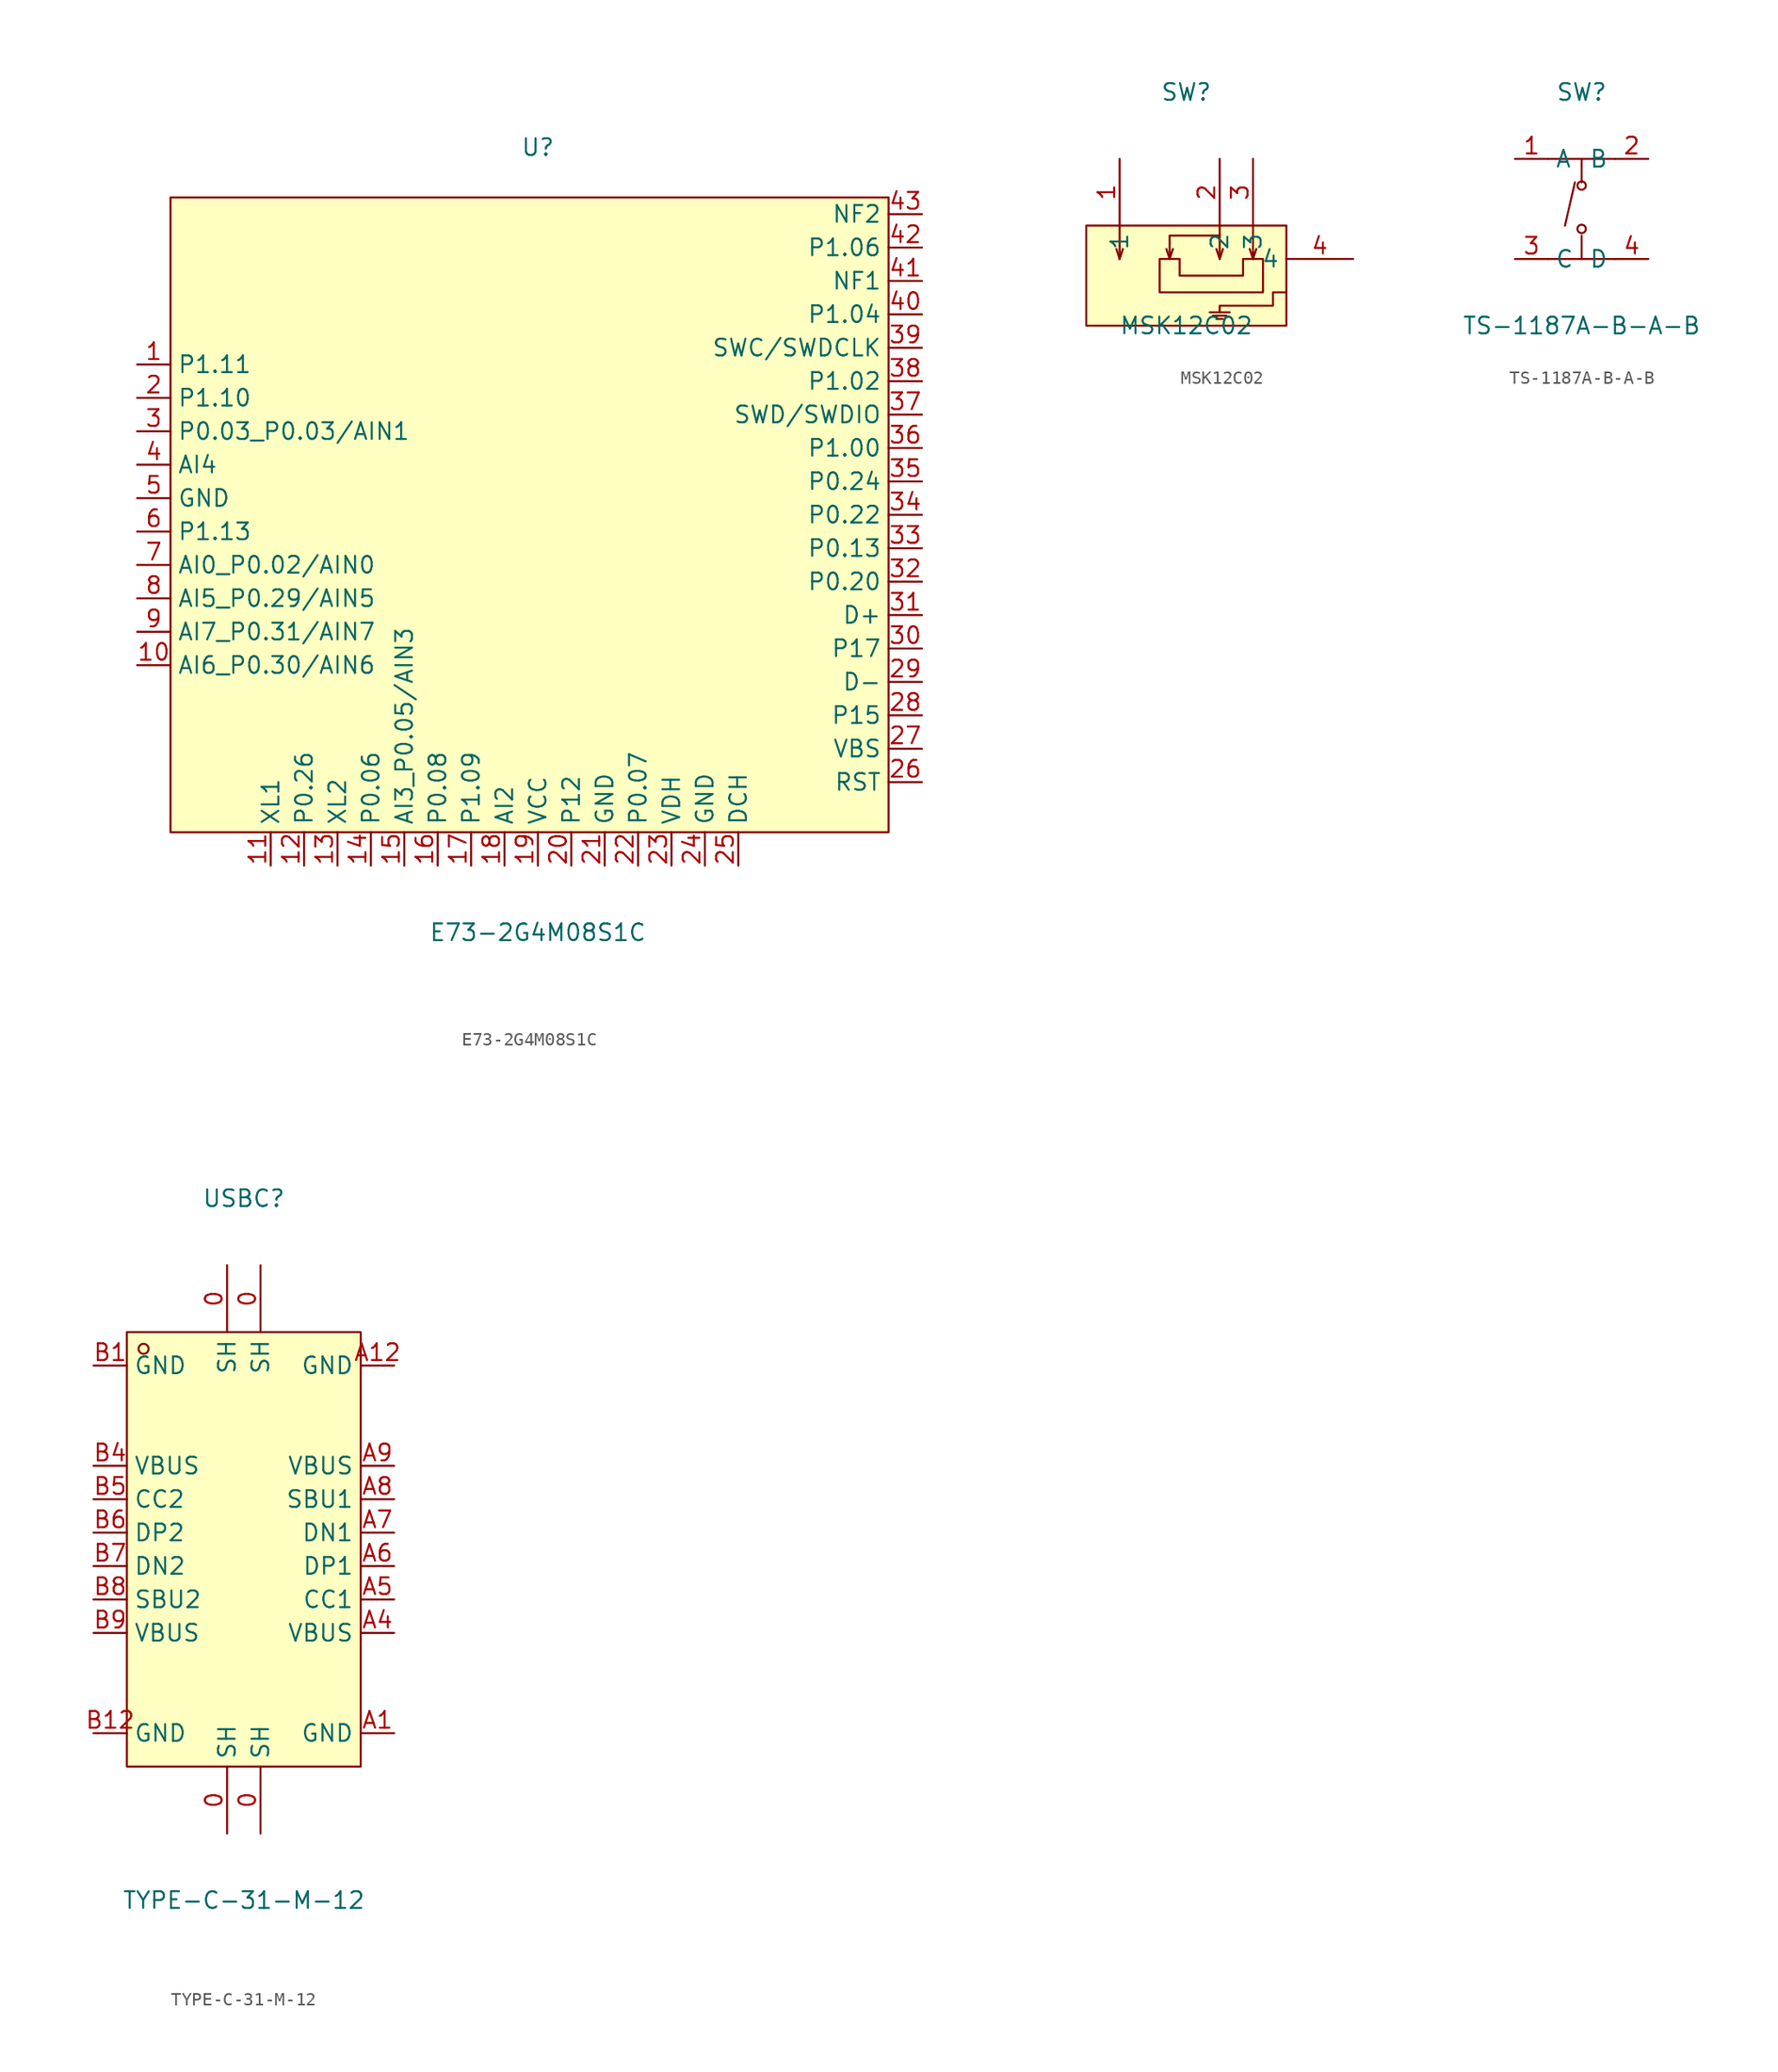
<source format=kicad_sym>
(kicad_symbol_lib
  (version 20211014)
  (generator kicad_symbol_editor)
  (symbol "E73-2G4M08S1C"
    (property "Reference" "U"
      (at 0 29.21 0)
      (effects (font (size 1.27 1.27))))
    (property "Value" "E73-2G4M08S1C"
      (at 0 -30.48 0)
      (effects (font (size 1.27 1.27))))
    (symbol "E73-2G4M08S1C_0_1"
      (rectangle (start -27.94 25.4) (end 26.67 -22.86) (stroke (width 0) (type default) (color 0 0 0 0)) (fill (type background)))
      (pin bidirectional line (at -30.48 12.7 0) (length 2.54) (name "P1.11" (effects (font (size 1.27 1.27)))) (number "1" (effects (font (size 1.27 1.27)))))
      (pin bidirectional line (at -30.48 -10.16 0) (length 2.54) (name "AI6_P0.30/AIN6" (effects (font (size 1.27 1.27)))) (number "10" (effects (font (size 1.27 1.27)))))
      (pin bidirectional line (at -20.32 -25.4 90) (length 2.54) (name "XL1" (effects (font (size 1.27 1.27)))) (number "11" (effects (font (size 1.27 1.27)))))
      (pin bidirectional line (at -17.78 -25.4 90) (length 2.54) (name "P0.26" (effects (font (size 1.27 1.27)))) (number "12" (effects (font (size 1.27 1.27)))))
      (pin bidirectional line (at -15.24 -25.4 90) (length 2.54) (name "XL2" (effects (font (size 1.27 1.27)))) (number "13" (effects (font (size 1.27 1.27)))))
      (pin bidirectional line (at -12.7 -25.4 90) (length 2.54) (name "P0.06" (effects (font (size 1.27 1.27)))) (number "14" (effects (font (size 1.27 1.27)))))
      (pin bidirectional line (at -10.16 -25.4 90) (length 2.54) (name "AI3_P0.05/AIN3" (effects (font (size 1.27 1.27)))) (number "15" (effects (font (size 1.27 1.27)))))
      (pin bidirectional line (at -7.62 -25.4 90) (length 2.54) (name "P0.08" (effects (font (size 1.27 1.27)))) (number "16" (effects (font (size 1.27 1.27)))))
      (pin bidirectional line (at -5.08 -25.4 90) (length 2.54) (name "P1.09" (effects (font (size 1.27 1.27)))) (number "17" (effects (font (size 1.27 1.27)))))
      (pin bidirectional line (at -2.54 -25.4 90) (length 2.54) (name "AI2" (effects (font (size 1.27 1.27)))) (number "18" (effects (font (size 1.27 1.27)))))
      (pin power_in line (at 0 -25.4 90) (length 2.54) (name "VCC" (effects (font (size 1.27 1.27)))) (number "19" (effects (font (size 1.27 1.27)))))
      (pin bidirectional line (at -30.48 10.16 0) (length 2.54) (name "P1.10" (effects (font (size 1.27 1.27)))) (number "2" (effects (font (size 1.27 1.27)))))
      (pin bidirectional line (at 2.54 -25.4 90) (length 2.54) (name "P12" (effects (font (size 1.27 1.27)))) (number "20" (effects (font (size 1.27 1.27)))))
      (pin power_in line (at 5.08 -25.4 90) (length 2.54) (name "GND" (effects (font (size 1.27 1.27)))) (number "21" (effects (font (size 1.27 1.27)))))
      (pin bidirectional line (at 7.62 -25.4 90) (length 2.54) (name "P0.07" (effects (font (size 1.27 1.27)))) (number "22" (effects (font (size 1.27 1.27)))))
      (pin power_in line (at 10.16 -25.4 90) (length 2.54) (name "VDH" (effects (font (size 1.27 1.27)))) (number "23" (effects (font (size 1.27 1.27)))))
      (pin power_in line (at 12.7 -25.4 90) (length 2.54) (name "GND" (effects (font (size 1.27 1.27)))) (number "24" (effects (font (size 1.27 1.27)))))
      (pin power_out line (at 15.24 -25.4 90) (length 2.54) (name "DCH" (effects (font (size 1.27 1.27)))) (number "25" (effects (font (size 1.27 1.27)))))
      (pin bidirectional line (at 29.21 -19.05 180) (length 2.54) (name "RST" (effects (font (size 1.27 1.27)))) (number "26" (effects (font (size 1.27 1.27)))))
      (pin power_in line (at 29.21 -16.51 180) (length 2.54) (name "VBS" (effects (font (size 1.27 1.27)))) (number "27" (effects (font (size 1.27 1.27)))))
      (pin bidirectional line (at 29.21 -13.97 180) (length 2.54) (name "P15" (effects (font (size 1.27 1.27)))) (number "28" (effects (font (size 1.27 1.27)))))
      (pin bidirectional line (at 29.21 -11.43 180) (length 2.54) (name "D-" (effects (font (size 1.27 1.27)))) (number "29" (effects (font (size 1.27 1.27)))))
      (pin bidirectional line (at -30.48 7.62 0) (length 2.54) (name "P0.03_P0.03/AIN1" (effects (font (size 1.27 1.27)))) (number "3" (effects (font (size 1.27 1.27)))))
      (pin bidirectional line (at 29.21 -8.89 180) (length 2.54) (name "P17" (effects (font (size 1.27 1.27)))) (number "30" (effects (font (size 1.27 1.27)))))
      (pin bidirectional line (at 29.21 -6.35 180) (length 2.54) (name "D+" (effects (font (size 1.27 1.27)))) (number "31" (effects (font (size 1.27 1.27)))))
      (pin bidirectional line (at 29.21 -3.81 180) (length 2.54) (name "P0.20" (effects (font (size 1.27 1.27)))) (number "32" (effects (font (size 1.27 1.27)))))
      (pin bidirectional line (at 29.21 -1.27 180) (length 2.54) (name "P0.13" (effects (font (size 1.27 1.27)))) (number "33" (effects (font (size 1.27 1.27)))))
      (pin bidirectional line (at 29.21 1.27 180) (length 2.54) (name "P0.22" (effects (font (size 1.27 1.27)))) (number "34" (effects (font (size 1.27 1.27)))))
      (pin bidirectional line (at 29.21 3.81 180) (length 2.54) (name "P0.24" (effects (font (size 1.27 1.27)))) (number "35" (effects (font (size 1.27 1.27)))))
      (pin bidirectional line (at 29.21 6.35 180) (length 2.54) (name "P1.00" (effects (font (size 1.27 1.27)))) (number "36" (effects (font (size 1.27 1.27)))))
      (pin bidirectional line (at 29.21 8.89 180) (length 2.54) (name "SWD/SWDIO" (effects (font (size 1.27 1.27)))) (number "37" (effects (font (size 1.27 1.27)))))
      (pin bidirectional line (at 29.21 11.43 180) (length 2.54) (name "P1.02" (effects (font (size 1.27 1.27)))) (number "38" (effects (font (size 1.27 1.27)))))
      (pin input line (at 29.21 13.97 180) (length 2.54) (name "SWC/SWDCLK" (effects (font (size 1.27 1.27)))) (number "39" (effects (font (size 1.27 1.27)))))
      (pin bidirectional line (at -30.48 5.08 0) (length 2.54) (name "AI4" (effects (font (size 1.27 1.27)))) (number "4" (effects (font (size 1.27 1.27)))))
      (pin bidirectional line (at 29.21 16.51 180) (length 2.54) (name "P1.04" (effects (font (size 1.27 1.27)))) (number "40" (effects (font (size 1.27 1.27)))))
      (pin bidirectional line (at 29.21 19.05 180) (length 2.54) (name "NF1" (effects (font (size 1.27 1.27)))) (number "41" (effects (font (size 1.27 1.27)))))
      (pin bidirectional line (at 29.21 21.59 180) (length 2.54) (name "P1.06" (effects (font (size 1.27 1.27)))) (number "42" (effects (font (size 1.27 1.27)))))
      (pin bidirectional line (at 29.21 24.13 180) (length 2.54) (name "NF2" (effects (font (size 1.27 1.27)))) (number "43" (effects (font (size 1.27 1.27)))))
      (pin power_in line (at -30.48 2.54 0) (length 2.54) (name "GND" (effects (font (size 1.27 1.27)))) (number "5" (effects (font (size 1.27 1.27)))))
      (pin bidirectional line (at -30.48 0 0) (length 2.54) (name "P1.13" (effects (font (size 1.27 1.27)))) (number "6" (effects (font (size 1.27 1.27)))))
      (pin bidirectional line (at -30.48 -2.54 0) (length 2.54) (name "AI0_P0.02/AIN0" (effects (font (size 1.27 1.27)))) (number "7" (effects (font (size 1.27 1.27)))))
      (pin bidirectional line (at -30.48 -5.08 0) (length 2.54) (name "AI5_P0.29/AIN5" (effects (font (size 1.27 1.27)))) (number "8" (effects (font (size 1.27 1.27)))))
      (pin bidirectional line (at -30.48 -7.62 0) (length 2.54) (name "AI7_P0.31/AIN7" (effects (font (size 1.27 1.27)))) (number "9" (effects (font (size 1.27 1.27)))))))
  (symbol "MSK12C02"
    (property "Reference" "SW"
      (at 0 12.7 0)
      (effects (font (size 1.27 1.27))))
    (property "Value" "MSK12C02"
      (at 0 -5.08 0)
      (effects (font (size 1.27 1.27))))
    (symbol "MSK12C02_0_1"
      (rectangle (start -7.62 2.54) (end 7.62 -5.08) (stroke (width 0) (type default) (color 0 0 0 0)) (fill (type background)))
      (polyline (pts (xy -5.08 0) (xy -5.33 0.76)) (stroke (width 0) (type default) (color 0 0 0 0)) (fill (type none)))
      (polyline (pts (xy -5.08 0) (xy -4.83 0.76)) (stroke (width 0) (type default) (color 0 0 0 0)) (fill (type none)))
      (polyline (pts (xy -5.08 0.76) (xy -5.08 0)) (stroke (width 0) (type default) (color 0 0 0 0)) (fill (type none)))
      (polyline (pts (xy -5.08 2.54) (xy -5.08 0.76)) (stroke (width 0) (type default) (color 0 0 0 0)) (fill (type none)))
      (polyline (pts (xy -1.27 0) (xy -1.52 0.76)) (stroke (width 0) (type default) (color 0 0 0 0)) (fill (type none)))
      (polyline (pts (xy 1.78 -4.06) (xy 3.3 -4.06)) (stroke (width 0) (type default) (color 0 0 0 0)) (fill (type none)))
      (polyline (pts (xy 2.03 -4.32) (xy 3.05 -4.32)) (stroke (width 0) (type default) (color 0 0 0 0)) (fill (type none)))
      (polyline (pts (xy 2.29 -4.57) (xy 2.79 -4.57)) (stroke (width 0) (type default) (color 0 0 0 0)) (fill (type none)))
      (polyline (pts (xy 2.54 0) (xy 2.29 0.76)) (stroke (width 0) (type default) (color 0 0 0 0)) (fill (type none)))
      (polyline (pts (xy 2.54 0) (xy 2.79 0.76)) (stroke (width 0) (type default) (color 0 0 0 0)) (fill (type none)))
      (polyline (pts (xy 2.54 0.76) (xy 2.54 0)) (stroke (width 0) (type default) (color 0 0 0 0)) (fill (type none)))
      (polyline (pts (xy 2.54 2.54) (xy 2.54 0.76)) (stroke (width 0) (type default) (color 0 0 0 0)) (fill (type none)))
      (polyline (pts (xy 5.08 0) (xy 4.83 0.76)) (stroke (width 0) (type default) (color 0 0 0 0)) (fill (type none)))
      (polyline (pts (xy 5.08 2.54) (xy 5.08 0) (xy 5.33 0.76)) (stroke (width 0) (type default) (color 0 0 0 0)) (fill (type none)))
      (polyline (pts (xy 2.54 1.78) (xy -1.27 1.78) (xy -1.27 0) (xy -1.02 0.76)) (stroke (width 0) (type default) (color 0 0 0 0)) (fill (type none)))
      (polyline (pts (xy 7.62 -2.54) (xy 6.6 -2.54) (xy 6.6 -3.56) (xy 2.54 -3.56) (xy 2.54 -4.06)) (stroke (width 0) (type default) (color 0 0 0 0)) (fill (type none)))
      (polyline (pts (xy -1.78 0) (xy -0.51 0) (xy -0.51 -1.27) (xy 4.32 -1.27) (xy 4.32 0) (xy 5.84 0) (xy 5.84 -2.54) (xy -2.03 -2.54) (xy -2.03 0) (xy -1.78 0)) (stroke (width 0) (type default) (color 0 0 0 0)) (fill (type background)))
      (pin passive line (at -5.08 7.62 270) (length 5.08) (name "1" (effects (font (size 1.27 1.27)))) (number "1" (effects (font (size 1.27 1.27)))))
      (pin passive line (at 2.54 7.62 270) (length 5.08) (name "2" (effects (font (size 1.27 1.27)))) (number "2" (effects (font (size 1.27 1.27)))))
      (pin passive line (at 5.08 7.62 270) (length 5.08) (name "3" (effects (font (size 1.27 1.27)))) (number "3" (effects (font (size 1.27 1.27)))))
      (pin passive line (at 12.7 0 180) (length 5.08) (name "4" (effects (font (size 1.27 1.27)))) (number "4" (effects (font (size 1.27 1.27)))))))
  (symbol "TS-1187A-B-A-B"
    (property "Reference" "SW"
      (at 0 7.62 0)
      (effects (font (size 1.27 1.27))))
    (property "Value" "TS-1187A-B-A-B"
      (at 0 -10.16 0)
      (effects (font (size 1.27 1.27))))
    (symbol "TS-1187A-B-A-B_0_1"
      (circle (center 0 -2.79) (radius 0.32) (stroke (width 0) (type default) (color 0 0 0 0)) (fill (type none)))
      (polyline (pts (xy -2.54 -5.08) (xy 2.54 -5.08)) (stroke (width 0) (type default) (color 0 0 0 0)) (fill (type none)))
      (polyline (pts (xy -2.54 2.54) (xy 2.54 2.54)) (stroke (width 0) (type default) (color 0 0 0 0)) (fill (type none)))
      (polyline (pts (xy -0.51 0.76) (xy -1.27 -2.54)) (stroke (width 0) (type default) (color 0 0 0 0)) (fill (type none)))
      (polyline (pts (xy 0 -3.3) (xy 0 -5.08)) (stroke (width 0) (type default) (color 0 0 0 0)) (fill (type none)))
      (polyline (pts (xy 0 0.76) (xy 0 2.54)) (stroke (width 0) (type default) (color 0 0 0 0)) (fill (type none)))
      (circle (center 0 0.51) (radius 0.32) (stroke (width 0) (type default) (color 0 0 0 0)) (fill (type none)))
      (pin passive line (at -5.08 2.54 0) (length 2.54) (name "A" (effects (font (size 1.27 1.27)))) (number "1" (effects (font (size 1.27 1.27)))))
      (pin passive line (at 5.08 2.54 180) (length 2.54) (name "B" (effects (font (size 1.27 1.27)))) (number "2" (effects (font (size 1.27 1.27)))))
      (pin passive line (at -5.08 -5.08 0) (length 2.54) (name "C" (effects (font (size 1.27 1.27)))) (number "3" (effects (font (size 1.27 1.27)))))
      (pin passive line (at 5.08 -5.08 180) (length 2.54) (name "D" (effects (font (size 1.27 1.27)))) (number "4" (effects (font (size 1.27 1.27)))))))
  (symbol "TYPE-C-31-M-12"
    (property "Reference" "USBC"
      (at 0 26.67 0)
      (effects (font (size 1.27 1.27))))
    (property "Value" "TYPE-C-31-M-12"
      (at 0 -26.67 0)
      (effects (font (size 1.27 1.27))))
    (symbol "TYPE-C-31-M-12_0_1"
      (rectangle (start -8.89 16.51) (end 8.89 -16.51) (stroke (width 0) (type default) (color 0 0 0 0)) (fill (type background)))
      (circle (center -7.62 15.24) (radius 0.38) (stroke (width 0) (type default) (color 0 0 0 0)) (fill (type none)))
      (pin passive line (at -1.27 -21.59 90) (length 5.08) (name "SH" (effects (font (size 1.27 1.27)))) (number "0" (effects (font (size 1.27 1.27)))))
      (pin passive line (at -1.27 21.59 270) (length 5.08) (name "SH" (effects (font (size 1.27 1.27)))) (number "0" (effects (font (size 1.27 1.27)))))
      (pin passive line (at 1.27 -21.59 90) (length 5.08) (name "SH" (effects (font (size 1.27 1.27)))) (number "0" (effects (font (size 1.27 1.27)))))
      (pin passive line (at 1.27 21.59 270) (length 5.08) (name "SH" (effects (font (size 1.27 1.27)))) (number "0" (effects (font (size 1.27 1.27)))))
      (pin passive line (at 11.43 -13.97 180) (length 2.54) (name "GND" (effects (font (size 1.27 1.27)))) (number "A1" (effects (font (size 1.27 1.27)))))
      (pin passive line (at 11.43 13.97 180) (length 2.54) (name "GND" (effects (font (size 1.27 1.27)))) (number "A12" (effects (font (size 1.27 1.27)))))
      (pin passive line (at 11.43 -6.35 180) (length 2.54) (name "VBUS" (effects (font (size 1.27 1.27)))) (number "A4" (effects (font (size 1.27 1.27)))))
      (pin bidirectional line (at 11.43 -3.81 180) (length 2.54) (name "CC1" (effects (font (size 1.27 1.27)))) (number "A5" (effects (font (size 1.27 1.27)))))
      (pin bidirectional line (at 11.43 -1.27 180) (length 2.54) (name "DP1" (effects (font (size 1.27 1.27)))) (number "A6" (effects (font (size 1.27 1.27)))))
      (pin bidirectional line (at 11.43 1.27 180) (length 2.54) (name "DN1" (effects (font (size 1.27 1.27)))) (number "A7" (effects (font (size 1.27 1.27)))))
      (pin bidirectional line (at 11.43 3.81 180) (length 2.54) (name "SBU1" (effects (font (size 1.27 1.27)))) (number "A8" (effects (font (size 1.27 1.27)))))
      (pin passive line (at 11.43 6.35 180) (length 2.54) (name "VBUS" (effects (font (size 1.27 1.27)))) (number "A9" (effects (font (size 1.27 1.27)))))
      (pin passive line (at -11.43 13.97 0) (length 2.54) (name "GND" (effects (font (size 1.27 1.27)))) (number "B1" (effects (font (size 1.27 1.27)))))
      (pin passive line (at -11.43 -13.97 0) (length 2.54) (name "GND" (effects (font (size 1.27 1.27)))) (number "B12" (effects (font (size 1.27 1.27)))))
      (pin passive line (at -11.43 6.35 0) (length 2.54) (name "VBUS" (effects (font (size 1.27 1.27)))) (number "B4" (effects (font (size 1.27 1.27)))))
      (pin bidirectional line (at -11.43 3.81 0) (length 2.54) (name "CC2" (effects (font (size 1.27 1.27)))) (number "B5" (effects (font (size 1.27 1.27)))))
      (pin bidirectional line (at -11.43 1.27 0) (length 2.54) (name "DP2" (effects (font (size 1.27 1.27)))) (number "B6" (effects (font (size 1.27 1.27)))))
      (pin bidirectional line (at -11.43 -1.27 0) (length 2.54) (name "DN2" (effects (font (size 1.27 1.27)))) (number "B7" (effects (font (size 1.27 1.27)))))
      (pin bidirectional line (at -11.43 -3.81 0) (length 2.54) (name "SBU2" (effects (font (size 1.27 1.27)))) (number "B8" (effects (font (size 1.27 1.27)))))
      (pin passive line (at -11.43 -6.35 0) (length 2.54) (name "VBUS" (effects (font (size 1.27 1.27)))) (number "B9" (effects (font (size 1.27 1.27))))))))
</source>
